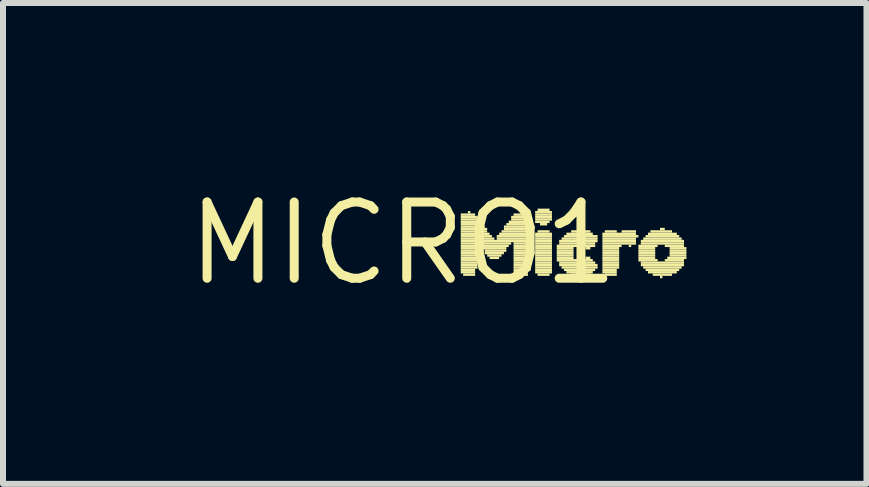
<source format=kicad_pcb>
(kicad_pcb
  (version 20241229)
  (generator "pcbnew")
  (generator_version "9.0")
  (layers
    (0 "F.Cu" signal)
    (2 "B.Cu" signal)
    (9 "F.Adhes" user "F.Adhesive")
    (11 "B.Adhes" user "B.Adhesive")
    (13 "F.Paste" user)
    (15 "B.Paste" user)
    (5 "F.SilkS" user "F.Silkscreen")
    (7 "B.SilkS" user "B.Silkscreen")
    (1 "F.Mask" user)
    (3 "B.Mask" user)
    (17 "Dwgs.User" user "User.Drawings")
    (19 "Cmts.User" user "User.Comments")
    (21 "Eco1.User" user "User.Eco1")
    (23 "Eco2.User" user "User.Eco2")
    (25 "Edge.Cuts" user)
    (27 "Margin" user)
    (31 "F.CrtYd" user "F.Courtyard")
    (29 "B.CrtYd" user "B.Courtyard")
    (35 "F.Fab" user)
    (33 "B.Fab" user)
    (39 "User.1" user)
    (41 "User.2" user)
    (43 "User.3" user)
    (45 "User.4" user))
  (footprint "MICRO1"
    (layer "F.Cu")
    (at 3.666 1.006)
    (property "Reference" "MICRO1" (at 0 0 0) (layer "F.SilkS") (effects (font (size 1.27 1.27) (thickness 0.15))))
    (attr through_hole)
    (fp_poly (pts (xy 0.96 -0.46) (xy 1.2 -0.46) (xy 1.2 -0.5) (xy 0.96 -0.5)) (stroke (width 0) (type solid)) (fill yes) (layer "F.SilkS"))
    (fp_poly (pts (xy 0.96 -0.42) (xy 1.24 -0.42) (xy 1.24 -0.46) (xy 0.96 -0.46)) (stroke (width 0) (type solid)) (fill yes) (layer "F.SilkS"))
    (fp_poly (pts (xy 0.96 -0.38) (xy 1.28 -0.38) (xy 1.28 -0.42) (xy 0.96 -0.42)) (stroke (width 0) (type solid)) (fill yes) (layer "F.SilkS"))
    (fp_poly (pts (xy 0.96 -0.34) (xy 1.28 -0.34) (xy 1.28 -0.38) (xy 0.96 -0.38)) (stroke (width 0) (type solid)) (fill yes) (layer "F.SilkS"))
    (fp_poly (pts (xy 0.96 -0.3) (xy 1.32 -0.3) (xy 1.32 -0.34) (xy 0.96 -0.34)) (stroke (width 0) (type solid)) (fill yes) (layer "F.SilkS"))
    (fp_poly (pts (xy 0.96 -0.26) (xy 1.36 -0.26) (xy 1.36 -0.3) (xy 0.96 -0.3)) (stroke (width 0) (type solid)) (fill yes) (layer "F.SilkS"))
    (fp_poly (pts (xy 0.96 -0.22) (xy 1.4 -0.22) (xy 1.4 -0.26) (xy 0.96 -0.26)) (stroke (width 0) (type solid)) (fill yes) (layer "F.SilkS"))
    (fp_poly (pts (xy 0.96 -0.18) (xy 1.4 -0.18) (xy 1.4 -0.22) (xy 0.96 -0.22)) (stroke (width 0) (type solid)) (fill yes) (layer "F.SilkS"))
    (fp_poly (pts (xy 0.96 -0.14) (xy 1.44 -0.14) (xy 1.44 -0.18) (xy 0.96 -0.18)) (stroke (width 0) (type solid)) (fill yes) (layer "F.SilkS"))
    (fp_poly (pts (xy 0.96 -0.1) (xy 1.48 -0.1) (xy 1.48 -0.14) (xy 0.96 -0.14)) (stroke (width 0) (type solid)) (fill yes) (layer "F.SilkS"))
    (fp_poly (pts (xy 0.96 -0.06) (xy 1.52 -0.06) (xy 1.52 -0.1) (xy 0.96 -0.1)) (stroke (width 0) (type solid)) (fill yes) (layer "F.SilkS"))
    (fp_poly (pts (xy 0.96 -0.02) (xy 2.12 -0.02) (xy 2.12 -0.06) (xy 0.96 -0.06)) (stroke (width 0) (type solid)) (fill yes) (layer "F.SilkS"))
    (fp_poly (pts (xy 0.96 0.02) (xy 1.8 0.02) (xy 1.8 -0.02) (xy 0.96 -0.02)) (stroke (width 0) (type solid)) (fill yes) (layer "F.SilkS"))
    (fp_poly (pts (xy 0.96 0.06) (xy 1.24 0.06) (xy 1.24 0.02) (xy 0.96 0.02)) (stroke (width 0) (type solid)) (fill yes) (layer "F.SilkS"))
    (fp_poly (pts (xy 0.96 0.1) (xy 1.24 0.1) (xy 1.24 0.06) (xy 0.96 0.06)) (stroke (width 0) (type solid)) (fill yes) (layer "F.SilkS"))
    (fp_poly (pts (xy 0.96 0.14) (xy 1.24 0.14) (xy 1.24 0.1) (xy 0.96 0.1)) (stroke (width 0) (type solid)) (fill yes) (layer "F.SilkS"))
    (fp_poly (pts (xy 0.96 0.18) (xy 1.24 0.18) (xy 1.24 0.14) (xy 0.96 0.14)) (stroke (width 0) (type solid)) (fill yes) (layer "F.SilkS"))
    (fp_poly (pts (xy 0.96 0.22) (xy 1.24 0.22) (xy 1.24 0.18) (xy 0.96 0.18)) (stroke (width 0) (type solid)) (fill yes) (layer "F.SilkS"))
    (fp_poly (pts (xy 0.96 0.26) (xy 1.24 0.26) (xy 1.24 0.22) (xy 0.96 0.22)) (stroke (width 0) (type solid)) (fill yes) (layer "F.SilkS"))
    (fp_poly (pts (xy 0.96 0.3) (xy 1.24 0.3) (xy 1.24 0.26) (xy 0.96 0.26)) (stroke (width 0) (type solid)) (fill yes) (layer "F.SilkS"))
    (fp_poly (pts (xy 0.96 0.34) (xy 1.24 0.34) (xy 1.24 0.3) (xy 0.96 0.3)) (stroke (width 0) (type solid)) (fill yes) (layer "F.SilkS"))
    (fp_poly (pts (xy 0.96 0.38) (xy 1.24 0.38) (xy 1.24 0.34) (xy 0.96 0.34)) (stroke (width 0) (type solid)) (fill yes) (layer "F.SilkS"))
    (fp_poly (pts (xy 0.96 0.42) (xy 1.24 0.42) (xy 1.24 0.38) (xy 0.96 0.38)) (stroke (width 0) (type solid)) (fill yes) (layer "F.SilkS"))
    (fp_poly (pts (xy 0.96 0.46) (xy 1.2 0.46) (xy 1.2 0.42) (xy 0.96 0.42)) (stroke (width 0) (type solid)) (fill yes) (layer "F.SilkS"))
    (fp_poly (pts (xy 0.96 0.5) (xy 1.2 0.5) (xy 1.2 0.46) (xy 0.96 0.46)) (stroke (width 0) (type solid)) (fill yes) (layer "F.SilkS"))
    (fp_poly (pts (xy 1 0.54) (xy 1.2 0.54) (xy 1.2 0.5) (xy 1 0.5)) (stroke (width 0) (type solid)) (fill yes) (layer "F.SilkS"))
    (fp_poly (pts (xy 1.08 -0.5) (xy 1.12 -0.5) (xy 1.12 -0.54) (xy 1.08 -0.54)) (stroke (width 0) (type solid)) (fill yes) (layer "F.SilkS"))
    (fp_poly (pts (xy 1.28 0.06) (xy 1.76 0.06) (xy 1.76 0.02) (xy 1.28 0.02)) (stroke (width 0) (type solid)) (fill yes) (layer "F.SilkS"))
    (fp_poly (pts (xy 1.32 0.1) (xy 1.72 0.1) (xy 1.72 0.06) (xy 1.32 0.06)) (stroke (width 0) (type solid)) (fill yes) (layer "F.SilkS"))
    (fp_poly (pts (xy 1.36 0.14) (xy 1.72 0.14) (xy 1.72 0.1) (xy 1.36 0.1)) (stroke (width 0) (type solid)) (fill yes) (layer "F.SilkS"))
    (fp_poly (pts (xy 1.36 0.18) (xy 1.68 0.18) (xy 1.68 0.14) (xy 1.36 0.14)) (stroke (width 0) (type solid)) (fill yes) (layer "F.SilkS"))
    (fp_poly (pts (xy 1.4 0.22) (xy 1.64 0.22) (xy 1.64 0.18) (xy 1.4 0.18)) (stroke (width 0) (type solid)) (fill yes) (layer "F.SilkS"))
    (fp_poly (pts (xy 1.44 0.26) (xy 1.6 0.26) (xy 1.6 0.22) (xy 1.44 0.22)) (stroke (width 0) (type solid)) (fill yes) (layer "F.SilkS"))
    (fp_poly (pts (xy 1.56 -0.1) (xy 2.12 -0.1) (xy 2.12 -0.14) (xy 1.56 -0.14)) (stroke (width 0) (type solid)) (fill yes) (layer "F.SilkS"))
    (fp_poly (pts (xy 1.56 -0.06) (xy 2.12 -0.06) (xy 2.12 -0.1) (xy 1.56 -0.1)) (stroke (width 0) (type solid)) (fill yes) (layer "F.SilkS"))
    (fp_poly (pts (xy 1.6 -0.14) (xy 2.12 -0.14) (xy 2.12 -0.18) (xy 1.6 -0.18)) (stroke (width 0) (type solid)) (fill yes) (layer "F.SilkS"))
    (fp_poly (pts (xy 1.64 -0.18) (xy 2.12 -0.18) (xy 2.12 -0.22) (xy 1.64 -0.22)) (stroke (width 0) (type solid)) (fill yes) (layer "F.SilkS"))
    (fp_poly (pts (xy 1.68 -0.26) (xy 2.12 -0.26) (xy 2.12 -0.3) (xy 1.68 -0.3)) (stroke (width 0) (type solid)) (fill yes) (layer "F.SilkS"))
    (fp_poly (pts (xy 1.68 -0.22) (xy 2.12 -0.22) (xy 2.12 -0.26) (xy 1.68 -0.26)) (stroke (width 0) (type solid)) (fill yes) (layer "F.SilkS"))
    (fp_poly (pts (xy 1.72 -0.3) (xy 2.12 -0.3) (xy 2.12 -0.34) (xy 1.72 -0.34)) (stroke (width 0) (type solid)) (fill yes) (layer "F.SilkS"))
    (fp_poly (pts (xy 1.76 -0.34) (xy 2.12 -0.34) (xy 2.12 -0.38) (xy 1.76 -0.38)) (stroke (width 0) (type solid)) (fill yes) (layer "F.SilkS"))
    (fp_poly (pts (xy 1.8 -0.42) (xy 2.08 -0.42) (xy 2.08 -0.46) (xy 1.8 -0.46)) (stroke (width 0) (type solid)) (fill yes) (layer "F.SilkS"))
    (fp_poly (pts (xy 1.8 -0.38) (xy 2.12 -0.38) (xy 2.12 -0.42) (xy 1.8 -0.42)) (stroke (width 0) (type solid)) (fill yes) (layer "F.SilkS"))
    (fp_poly (pts (xy 1.84 -0.46) (xy 2.08 -0.46) (xy 2.08 -0.5) (xy 1.84 -0.5)) (stroke (width 0) (type solid)) (fill yes) (layer "F.SilkS"))
    (fp_poly (pts (xy 1.84 0.02) (xy 2.12 0.02) (xy 2.12 -0.02) (xy 1.84 -0.02)) (stroke (width 0) (type solid)) (fill yes) (layer "F.SilkS"))
    (fp_poly (pts (xy 1.84 0.06) (xy 2.12 0.06) (xy 2.12 0.02) (xy 1.84 0.02)) (stroke (width 0) (type solid)) (fill yes) (layer "F.SilkS"))
    (fp_poly (pts (xy 1.84 0.1) (xy 2.12 0.1) (xy 2.12 0.06) (xy 1.84 0.06)) (stroke (width 0) (type solid)) (fill yes) (layer "F.SilkS"))
    (fp_poly (pts (xy 1.84 0.14) (xy 2.12 0.14) (xy 2.12 0.1) (xy 1.84 0.1)) (stroke (width 0) (type solid)) (fill yes) (layer "F.SilkS"))
    (fp_poly (pts (xy 1.84 0.18) (xy 2.12 0.18) (xy 2.12 0.14) (xy 1.84 0.14)) (stroke (width 0) (type solid)) (fill yes) (layer "F.SilkS"))
    (fp_poly (pts (xy 1.84 0.22) (xy 2.12 0.22) (xy 2.12 0.18) (xy 1.84 0.18)) (stroke (width 0) (type solid)) (fill yes) (layer "F.SilkS"))
    (fp_poly (pts (xy 1.84 0.26) (xy 2.12 0.26) (xy 2.12 0.22) (xy 1.84 0.22)) (stroke (width 0) (type solid)) (fill yes) (layer "F.SilkS"))
    (fp_poly (pts (xy 1.84 0.3) (xy 2.12 0.3) (xy 2.12 0.26) (xy 1.84 0.26)) (stroke (width 0) (type solid)) (fill yes) (layer "F.SilkS"))
    (fp_poly (pts (xy 1.84 0.34) (xy 2.12 0.34) (xy 2.12 0.3) (xy 1.84 0.3)) (stroke (width 0) (type solid)) (fill yes) (layer "F.SilkS"))
    (fp_poly (pts (xy 1.84 0.38) (xy 2.12 0.38) (xy 2.12 0.34) (xy 1.84 0.34)) (stroke (width 0) (type solid)) (fill yes) (layer "F.SilkS"))
    (fp_poly (pts (xy 1.84 0.42) (xy 2.12 0.42) (xy 2.12 0.38) (xy 1.84 0.38)) (stroke (width 0) (type solid)) (fill yes) (layer "F.SilkS"))
    (fp_poly (pts (xy 1.84 0.46) (xy 2.12 0.46) (xy 2.12 0.42) (xy 1.84 0.42)) (stroke (width 0) (type solid)) (fill yes) (layer "F.SilkS"))
    (fp_poly (pts (xy 1.84 0.5) (xy 2.08 0.5) (xy 2.08 0.46) (xy 1.84 0.46)) (stroke (width 0) (type solid)) (fill yes) (layer "F.SilkS"))
    (fp_poly (pts (xy 1.88 0.54) (xy 2.08 0.54) (xy 2.08 0.5) (xy 1.88 0.5)) (stroke (width 0) (type solid)) (fill yes) (layer "F.SilkS"))
    (fp_poly (pts (xy 1.96 -0.5) (xy 2 -0.5) (xy 2 -0.54) (xy 1.96 -0.54)) (stroke (width 0) (type solid)) (fill yes) (layer "F.SilkS"))
    (fp_poly (pts (xy 2.2 -0.5) (xy 2.48 -0.5) (xy 2.48 -0.54) (xy 2.2 -0.54)) (stroke (width 0) (type solid)) (fill yes) (layer "F.SilkS"))
    (fp_poly (pts (xy 2.2 -0.46) (xy 2.48 -0.46) (xy 2.48 -0.5) (xy 2.2 -0.5)) (stroke (width 0) (type solid)) (fill yes) (layer "F.SilkS"))
    (fp_poly (pts (xy 2.2 -0.42) (xy 2.48 -0.42) (xy 2.48 -0.46) (xy 2.2 -0.46)) (stroke (width 0) (type solid)) (fill yes) (layer "F.SilkS"))
    (fp_poly (pts (xy 2.2 -0.38) (xy 2.48 -0.38) (xy 2.48 -0.42) (xy 2.2 -0.42)) (stroke (width 0) (type solid)) (fill yes) (layer "F.SilkS"))
    (fp_poly (pts (xy 2.2 -0.34) (xy 2.44 -0.34) (xy 2.44 -0.38) (xy 2.2 -0.38)) (stroke (width 0) (type solid)) (fill yes) (layer "F.SilkS"))
    (fp_poly (pts (xy 2.2 -0.14) (xy 2.48 -0.14) (xy 2.48 -0.18) (xy 2.2 -0.18)) (stroke (width 0) (type solid)) (fill yes) (layer "F.SilkS"))
    (fp_poly (pts (xy 2.2 -0.1) (xy 2.48 -0.1) (xy 2.48 -0.14) (xy 2.2 -0.14)) (stroke (width 0) (type solid)) (fill yes) (layer "F.SilkS"))
    (fp_poly (pts (xy 2.2 -0.06) (xy 2.48 -0.06) (xy 2.48 -0.1) (xy 2.2 -0.1)) (stroke (width 0) (type solid)) (fill yes) (layer "F.SilkS"))
    (fp_poly (pts (xy 2.2 -0.02) (xy 2.48 -0.02) (xy 2.48 -0.06) (xy 2.2 -0.06)) (stroke (width 0) (type solid)) (fill yes) (layer "F.SilkS"))
    (fp_poly (pts (xy 2.2 0.02) (xy 2.48 0.02) (xy 2.48 -0.02) (xy 2.2 -0.02)) (stroke (width 0) (type solid)) (fill yes) (layer "F.SilkS"))
    (fp_poly (pts (xy 2.2 0.06) (xy 2.48 0.06) (xy 2.48 0.02) (xy 2.2 0.02)) (stroke (width 0) (type solid)) (fill yes) (layer "F.SilkS"))
    (fp_poly (pts (xy 2.2 0.1) (xy 2.48 0.1) (xy 2.48 0.06) (xy 2.2 0.06)) (stroke (width 0) (type solid)) (fill yes) (layer "F.SilkS"))
    (fp_poly (pts (xy 2.2 0.14) (xy 2.48 0.14) (xy 2.48 0.1) (xy 2.2 0.1)) (stroke (width 0) (type solid)) (fill yes) (layer "F.SilkS"))
    (fp_poly (pts (xy 2.2 0.18) (xy 2.48 0.18) (xy 2.48 0.14) (xy 2.2 0.14)) (stroke (width 0) (type solid)) (fill yes) (layer "F.SilkS"))
    (fp_poly (pts (xy 2.2 0.22) (xy 2.48 0.22) (xy 2.48 0.18) (xy 2.2 0.18)) (stroke (width 0) (type solid)) (fill yes) (layer "F.SilkS"))
    (fp_poly (pts (xy 2.2 0.26) (xy 2.48 0.26) (xy 2.48 0.22) (xy 2.2 0.22)) (stroke (width 0) (type solid)) (fill yes) (layer "F.SilkS"))
    (fp_poly (pts (xy 2.2 0.3) (xy 2.48 0.3) (xy 2.48 0.26) (xy 2.2 0.26)) (stroke (width 0) (type solid)) (fill yes) (layer "F.SilkS"))
    (fp_poly (pts (xy 2.2 0.34) (xy 2.48 0.34) (xy 2.48 0.3) (xy 2.2 0.3)) (stroke (width 0) (type solid)) (fill yes) (layer "F.SilkS"))
    (fp_poly (pts (xy 2.2 0.38) (xy 2.48 0.38) (xy 2.48 0.34) (xy 2.2 0.34)) (stroke (width 0) (type solid)) (fill yes) (layer "F.SilkS"))
    (fp_poly (pts (xy 2.2 0.42) (xy 2.48 0.42) (xy 2.48 0.38) (xy 2.2 0.38)) (stroke (width 0) (type solid)) (fill yes) (layer "F.SilkS"))
    (fp_poly (pts (xy 2.2 0.46) (xy 2.48 0.46) (xy 2.48 0.42) (xy 2.2 0.42)) (stroke (width 0) (type solid)) (fill yes) (layer "F.SilkS"))
    (fp_poly (pts (xy 2.2 0.5) (xy 2.48 0.5) (xy 2.48 0.46) (xy 2.2 0.46)) (stroke (width 0) (type solid)) (fill yes) (layer "F.SilkS"))
    (fp_poly (pts (xy 2.24 -0.54) (xy 2.44 -0.54) (xy 2.44 -0.58) (xy 2.24 -0.58)) (stroke (width 0) (type solid)) (fill yes) (layer "F.SilkS"))
    (fp_poly (pts (xy 2.24 -0.18) (xy 2.44 -0.18) (xy 2.44 -0.22) (xy 2.24 -0.22)) (stroke (width 0) (type solid)) (fill yes) (layer "F.SilkS"))
    (fp_poly (pts (xy 2.24 0.54) (xy 2.44 0.54) (xy 2.44 0.5) (xy 2.24 0.5)) (stroke (width 0) (type solid)) (fill yes) (layer "F.SilkS"))
    (fp_poly (pts (xy 2.28 -0.3) (xy 2.4 -0.3) (xy 2.4 -0.34) (xy 2.28 -0.34)) (stroke (width 0) (type solid)) (fill yes) (layer "F.SilkS"))
    (fp_poly (pts (xy 2.56 0.06) (xy 2.92 0.06) (xy 2.92 0.02) (xy 2.56 0.02)) (stroke (width 0) (type solid)) (fill yes) (layer "F.SilkS"))
    (fp_poly (pts (xy 2.56 0.1) (xy 2.84 0.1) (xy 2.84 0.06) (xy 2.56 0.06)) (stroke (width 0) (type solid)) (fill yes) (layer "F.SilkS"))
    (fp_poly (pts (xy 2.56 0.14) (xy 2.84 0.14) (xy 2.84 0.1) (xy 2.56 0.1)) (stroke (width 0) (type solid)) (fill yes) (layer "F.SilkS"))
    (fp_poly (pts (xy 2.56 0.18) (xy 2.84 0.18) (xy 2.84 0.14) (xy 2.56 0.14)) (stroke (width 0) (type solid)) (fill yes) (layer "F.SilkS"))
    (fp_poly (pts (xy 2.56 0.22) (xy 2.84 0.22) (xy 2.84 0.18) (xy 2.56 0.18)) (stroke (width 0) (type solid)) (fill yes) (layer "F.SilkS"))
    (fp_poly (pts (xy 2.56 0.26) (xy 2.84 0.26) (xy 2.84 0.22) (xy 2.56 0.22)) (stroke (width 0) (type solid)) (fill yes) (layer "F.SilkS"))
    (fp_poly (pts (xy 2.56 0.3) (xy 2.92 0.3) (xy 2.92 0.26) (xy 2.56 0.26)) (stroke (width 0) (type solid)) (fill yes) (layer "F.SilkS"))
    (fp_poly (pts (xy 2.6 -0.02) (xy 3.24 -0.02) (xy 3.24 -0.06) (xy 2.6 -0.06)) (stroke (width 0) (type solid)) (fill yes) (layer "F.SilkS"))
    (fp_poly (pts (xy 2.6 0.02) (xy 3.2 0.02) (xy 3.2 -0.02) (xy 2.6 -0.02)) (stroke (width 0) (type solid)) (fill yes) (layer "F.SilkS"))
    (fp_poly (pts (xy 2.6 0.34) (xy 3.2 0.34) (xy 3.2 0.3) (xy 2.6 0.3)) (stroke (width 0) (type solid)) (fill yes) (layer "F.SilkS"))
    (fp_poly (pts (xy 2.6 0.38) (xy 3.24 0.38) (xy 3.24 0.34) (xy 2.6 0.34)) (stroke (width 0) (type solid)) (fill yes) (layer "F.SilkS"))
    (fp_poly (pts (xy 2.64 -0.06) (xy 3.24 -0.06) (xy 3.24 -0.1) (xy 2.64 -0.1)) (stroke (width 0) (type solid)) (fill yes) (layer "F.SilkS"))
    (fp_poly (pts (xy 2.64 0.42) (xy 3.24 0.42) (xy 3.24 0.38) (xy 2.64 0.38)) (stroke (width 0) (type solid)) (fill yes) (layer "F.SilkS"))
    (fp_poly (pts (xy 2.68 -0.1) (xy 3.24 -0.1) (xy 3.24 -0.14) (xy 2.68 -0.14)) (stroke (width 0) (type solid)) (fill yes) (layer "F.SilkS"))
    (fp_poly (pts (xy 2.68 0.46) (xy 3.2 0.46) (xy 3.2 0.42) (xy 2.68 0.42)) (stroke (width 0) (type solid)) (fill yes) (layer "F.SilkS"))
    (fp_poly (pts (xy 2.72 -0.14) (xy 3.16 -0.14) (xy 3.16 -0.18) (xy 2.72 -0.18)) (stroke (width 0) (type solid)) (fill yes) (layer "F.SilkS"))
    (fp_poly (pts (xy 2.72 0.5) (xy 3.16 0.5) (xy 3.16 0.46) (xy 2.72 0.46)) (stroke (width 0) (type solid)) (fill yes) (layer "F.SilkS"))
    (fp_poly (pts (xy 2.8 -0.18) (xy 3.12 -0.18) (xy 3.12 -0.22) (xy 2.8 -0.22)) (stroke (width 0) (type solid)) (fill yes) (layer "F.SilkS"))
    (fp_poly (pts (xy 2.8 0.54) (xy 3.12 0.54) (xy 3.12 0.5) (xy 2.8 0.5)) (stroke (width 0) (type solid)) (fill yes) (layer "F.SilkS"))
    (fp_poly (pts (xy 2.96 0.3) (xy 3.16 0.3) (xy 3.16 0.26) (xy 2.96 0.26)) (stroke (width 0) (type solid)) (fill yes) (layer "F.SilkS"))
    (fp_poly (pts (xy 3 0.06) (xy 3.2 0.06) (xy 3.2 0.02) (xy 3 0.02)) (stroke (width 0) (type solid)) (fill yes) (layer "F.SilkS"))
    (fp_poly (pts (xy 3.04 0.1) (xy 3.12 0.1) (xy 3.12 0.06) (xy 3.04 0.06)) (stroke (width 0) (type solid)) (fill yes) (layer "F.SilkS"))
    (fp_poly (pts (xy 3.04 0.26) (xy 3.12 0.26) (xy 3.12 0.22) (xy 3.04 0.22)) (stroke (width 0) (type solid)) (fill yes) (layer "F.SilkS"))
    (fp_poly (pts (xy 3.32 -0.14) (xy 3.88 -0.14) (xy 3.88 -0.18) (xy 3.32 -0.18)) (stroke (width 0) (type solid)) (fill yes) (layer "F.SilkS"))
    (fp_poly (pts (xy 3.32 -0.1) (xy 3.92 -0.1) (xy 3.92 -0.14) (xy 3.32 -0.14)) (stroke (width 0) (type solid)) (fill yes) (layer "F.SilkS"))
    (fp_poly (pts (xy 3.32 -0.06) (xy 3.88 -0.06) (xy 3.88 -0.1) (xy 3.32 -0.1)) (stroke (width 0) (type solid)) (fill yes) (layer "F.SilkS"))
    (fp_poly (pts (xy 3.32 -0.02) (xy 3.88 -0.02) (xy 3.88 -0.06) (xy 3.32 -0.06)) (stroke (width 0) (type solid)) (fill yes) (layer "F.SilkS"))
    (fp_poly (pts (xy 3.32 0.02) (xy 3.88 0.02) (xy 3.88 -0.02) (xy 3.32 -0.02)) (stroke (width 0) (type solid)) (fill yes) (layer "F.SilkS"))
    (fp_poly (pts (xy 3.32 0.06) (xy 3.64 0.06) (xy 3.64 0.02) (xy 3.32 0.02)) (stroke (width 0) (type solid)) (fill yes) (layer "F.SilkS"))
    (fp_poly (pts (xy 3.32 0.1) (xy 3.6 0.1) (xy 3.6 0.06) (xy 3.32 0.06)) (stroke (width 0) (type solid)) (fill yes) (layer "F.SilkS"))
    (fp_poly (pts (xy 3.32 0.14) (xy 3.6 0.14) (xy 3.6 0.1) (xy 3.32 0.1)) (stroke (width 0) (type solid)) (fill yes) (layer "F.SilkS"))
    (fp_poly (pts (xy 3.32 0.18) (xy 3.6 0.18) (xy 3.6 0.14) (xy 3.32 0.14)) (stroke (width 0) (type solid)) (fill yes) (layer "F.SilkS"))
    (fp_poly (pts (xy 3.32 0.22) (xy 3.6 0.22) (xy 3.6 0.18) (xy 3.32 0.18)) (stroke (width 0) (type solid)) (fill yes) (layer "F.SilkS"))
    (fp_poly (pts (xy 3.32 0.26) (xy 3.6 0.26) (xy 3.6 0.22) (xy 3.32 0.22)) (stroke (width 0) (type solid)) (fill yes) (layer "F.SilkS"))
    (fp_poly (pts (xy 3.32 0.3) (xy 3.6 0.3) (xy 3.6 0.26) (xy 3.32 0.26)) (stroke (width 0) (type solid)) (fill yes) (layer "F.SilkS"))
    (fp_poly (pts (xy 3.32 0.34) (xy 3.6 0.34) (xy 3.6 0.3) (xy 3.32 0.3)) (stroke (width 0) (type solid)) (fill yes) (layer "F.SilkS"))
    (fp_poly (pts (xy 3.32 0.38) (xy 3.6 0.38) (xy 3.6 0.34) (xy 3.32 0.34)) (stroke (width 0) (type solid)) (fill yes) (layer "F.SilkS"))
    (fp_poly (pts (xy 3.32 0.42) (xy 3.6 0.42) (xy 3.6 0.38) (xy 3.32 0.38)) (stroke (width 0) (type solid)) (fill yes) (layer "F.SilkS"))
    (fp_poly (pts (xy 3.32 0.46) (xy 3.56 0.46) (xy 3.56 0.42) (xy 3.32 0.42)) (stroke (width 0) (type solid)) (fill yes) (layer "F.SilkS"))
    (fp_poly (pts (xy 3.32 0.5) (xy 3.56 0.5) (xy 3.56 0.46) (xy 3.32 0.46)) (stroke (width 0) (type solid)) (fill yes) (layer "F.SilkS"))
    (fp_poly (pts (xy 3.36 -0.18) (xy 3.56 -0.18) (xy 3.56 -0.22) (xy 3.36 -0.22)) (stroke (width 0) (type solid)) (fill yes) (layer "F.SilkS"))
    (fp_poly (pts (xy 3.36 0.54) (xy 3.56 0.54) (xy 3.56 0.5) (xy 3.36 0.5)) (stroke (width 0) (type solid)) (fill yes) (layer "F.SilkS"))
    (fp_poly (pts (xy 3.64 -0.18) (xy 3.88 -0.18) (xy 3.88 -0.22) (xy 3.64 -0.22)) (stroke (width 0) (type solid)) (fill yes) (layer "F.SilkS"))
    (fp_poly (pts (xy 3.76 0.06) (xy 3.8 0.06) (xy 3.8 0.02) (xy 3.76 0.02)) (stroke (width 0) (type solid)) (fill yes) (layer "F.SilkS"))
    (fp_poly (pts (xy 3.92 0.06) (xy 4.24 0.06) (xy 4.24 0.02) (xy 3.92 0.02)) (stroke (width 0) (type solid)) (fill yes) (layer "F.SilkS"))
    (fp_poly (pts (xy 3.92 0.1) (xy 4.2 0.1) (xy 4.2 0.06) (xy 3.92 0.06)) (stroke (width 0) (type solid)) (fill yes) (layer "F.SilkS"))
    (fp_poly (pts (xy 3.92 0.14) (xy 4.2 0.14) (xy 4.2 0.1) (xy 3.92 0.1)) (stroke (width 0) (type solid)) (fill yes) (layer "F.SilkS"))
    (fp_poly (pts (xy 3.92 0.18) (xy 4.2 0.18) (xy 4.2 0.14) (xy 3.92 0.14)) (stroke (width 0) (type solid)) (fill yes) (layer "F.SilkS"))
    (fp_poly (pts (xy 3.92 0.22) (xy 4.2 0.22) (xy 4.2 0.18) (xy 3.92 0.18)) (stroke (width 0) (type solid)) (fill yes) (layer "F.SilkS"))
    (fp_poly (pts (xy 3.92 0.26) (xy 4.2 0.26) (xy 4.2 0.22) (xy 3.92 0.22)) (stroke (width 0) (type solid)) (fill yes) (layer "F.SilkS"))
    (fp_poly (pts (xy 3.92 0.3) (xy 4.24 0.3) (xy 4.24 0.26) (xy 3.92 0.26)) (stroke (width 0) (type solid)) (fill yes) (layer "F.SilkS"))
    (fp_poly (pts (xy 3.96 -0.02) (xy 4.68 -0.02) (xy 4.68 -0.06) (xy 3.96 -0.06)) (stroke (width 0) (type solid)) (fill yes) (layer "F.SilkS"))
    (fp_poly (pts (xy 3.96 0.02) (xy 4.68 0.02) (xy 4.68 -0.02) (xy 3.96 -0.02)) (stroke (width 0) (type solid)) (fill yes) (layer "F.SilkS"))
    (fp_poly (pts (xy 3.96 0.34) (xy 4.68 0.34) (xy 4.68 0.3) (xy 3.96 0.3)) (stroke (width 0) (type solid)) (fill yes) (layer "F.SilkS"))
    (fp_poly (pts (xy 3.96 0.38) (xy 4.68 0.38) (xy 4.68 0.34) (xy 3.96 0.34)) (stroke (width 0) (type solid)) (fill yes) (layer "F.SilkS"))
    (fp_poly (pts (xy 4 -0.06) (xy 4.64 -0.06) (xy 4.64 -0.1) (xy 4 -0.1)) (stroke (width 0) (type solid)) (fill yes) (layer "F.SilkS"))
    (fp_poly (pts (xy 4 0.42) (xy 4.64 0.42) (xy 4.64 0.38) (xy 4 0.38)) (stroke (width 0) (type solid)) (fill yes) (layer "F.SilkS"))
    (fp_poly (pts (xy 4.04 -0.1) (xy 4.6 -0.1) (xy 4.6 -0.14) (xy 4.04 -0.14)) (stroke (width 0) (type solid)) (fill yes) (layer "F.SilkS"))
    (fp_poly (pts (xy 4.04 0.46) (xy 4.6 0.46) (xy 4.6 0.42) (xy 4.04 0.42)) (stroke (width 0) (type solid)) (fill yes) (layer "F.SilkS"))
    (fp_poly (pts (xy 4.08 -0.14) (xy 4.56 -0.14) (xy 4.56 -0.18) (xy 4.08 -0.18)) (stroke (width 0) (type solid)) (fill yes) (layer "F.SilkS"))
    (fp_poly (pts (xy 4.08 0.5) (xy 4.56 0.5) (xy 4.56 0.46) (xy 4.08 0.46)) (stroke (width 0) (type solid)) (fill yes) (layer "F.SilkS"))
    (fp_poly (pts (xy 4.12 -0.18) (xy 4.48 -0.18) (xy 4.48 -0.22) (xy 4.12 -0.22)) (stroke (width 0) (type solid)) (fill yes) (layer "F.SilkS"))
    (fp_poly (pts (xy 4.16 0.54) (xy 4.48 0.54) (xy 4.48 0.5) (xy 4.16 0.5)) (stroke (width 0) (type solid)) (fill yes) (layer "F.SilkS"))
    (fp_poly (pts (xy 4.28 -0.22) (xy 4.36 -0.22) (xy 4.36 -0.26) (xy 4.28 -0.26)) (stroke (width 0) (type solid)) (fill yes) (layer "F.SilkS"))
    (fp_poly (pts (xy 4.28 0.58) (xy 4.32 0.58) (xy 4.32 0.54) (xy 4.28 0.54)) (stroke (width 0) (type solid)) (fill yes) (layer "F.SilkS"))
    (fp_poly (pts (xy 4.36 0.06) (xy 4.68 0.06) (xy 4.68 0.02) (xy 4.36 0.02)) (stroke (width 0) (type solid)) (fill yes) (layer "F.SilkS"))
    (fp_poly (pts (xy 4.36 0.3) (xy 4.68 0.3) (xy 4.68 0.26) (xy 4.36 0.26)) (stroke (width 0) (type solid)) (fill yes) (layer "F.SilkS"))
    (fp_poly (pts (xy 4.4 0.26) (xy 4.72 0.26) (xy 4.72 0.22) (xy 4.4 0.22)) (stroke (width 0) (type solid)) (fill yes) (layer "F.SilkS"))
    (fp_poly (pts (xy 4.44 0.1) (xy 4.72 0.1) (xy 4.72 0.06) (xy 4.44 0.06)) (stroke (width 0) (type solid)) (fill yes) (layer "F.SilkS"))
    (fp_poly (pts (xy 4.44 0.14) (xy 4.72 0.14) (xy 4.72 0.1) (xy 4.44 0.1)) (stroke (width 0) (type solid)) (fill yes) (layer "F.SilkS"))
    (fp_poly (pts (xy 4.44 0.18) (xy 4.72 0.18) (xy 4.72 0.14) (xy 4.44 0.14)) (stroke (width 0) (type solid)) (fill yes) (layer "F.SilkS"))
    (fp_poly (pts (xy 4.44 0.22) (xy 4.72 0.22) (xy 4.72 0.18) (xy 4.44 0.18)) (stroke (width 0) (type solid)) (fill yes) (layer "F.SilkS")))
  (gr_rect
    (start -3 -3)
    (end 11.386 5.012)
    (stroke (width 0.1) (type default))
    (fill no)
    (layer "Edge.Cuts")))
</source>
